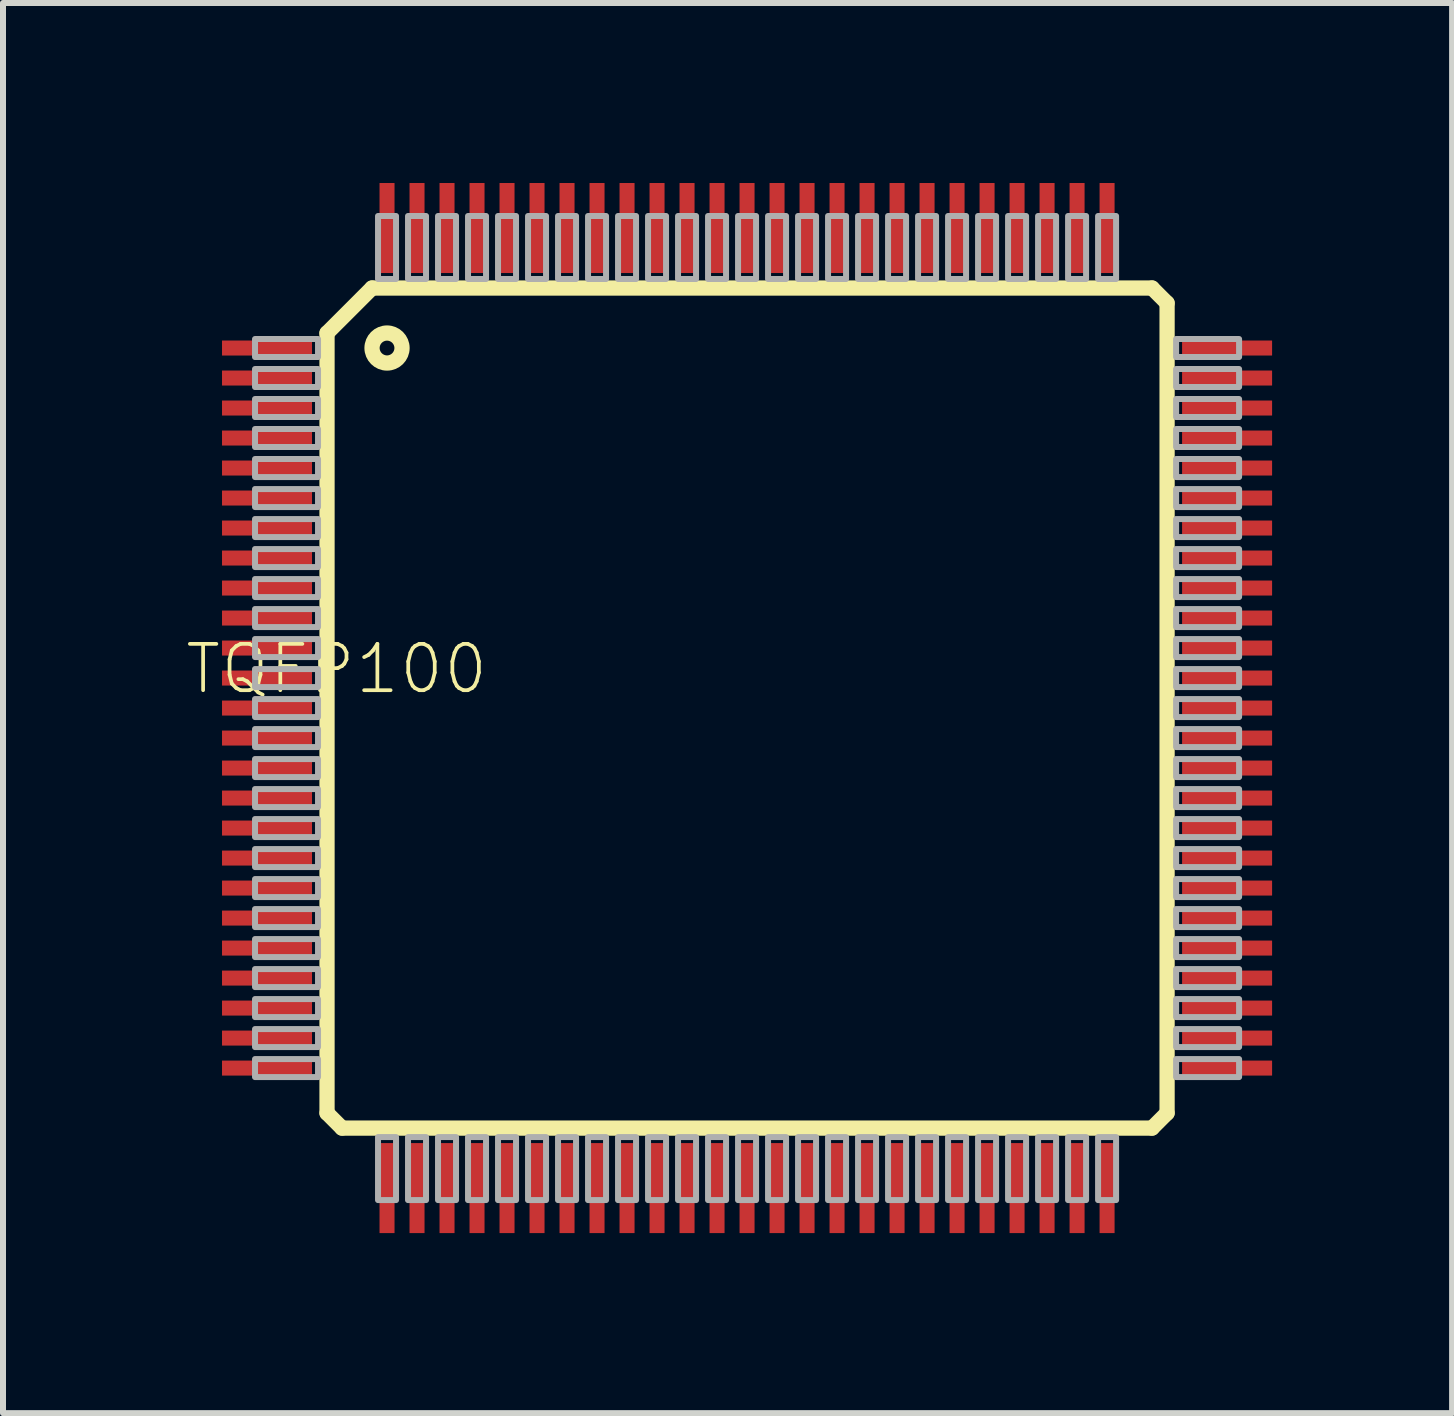
<source format=kicad_pcb>
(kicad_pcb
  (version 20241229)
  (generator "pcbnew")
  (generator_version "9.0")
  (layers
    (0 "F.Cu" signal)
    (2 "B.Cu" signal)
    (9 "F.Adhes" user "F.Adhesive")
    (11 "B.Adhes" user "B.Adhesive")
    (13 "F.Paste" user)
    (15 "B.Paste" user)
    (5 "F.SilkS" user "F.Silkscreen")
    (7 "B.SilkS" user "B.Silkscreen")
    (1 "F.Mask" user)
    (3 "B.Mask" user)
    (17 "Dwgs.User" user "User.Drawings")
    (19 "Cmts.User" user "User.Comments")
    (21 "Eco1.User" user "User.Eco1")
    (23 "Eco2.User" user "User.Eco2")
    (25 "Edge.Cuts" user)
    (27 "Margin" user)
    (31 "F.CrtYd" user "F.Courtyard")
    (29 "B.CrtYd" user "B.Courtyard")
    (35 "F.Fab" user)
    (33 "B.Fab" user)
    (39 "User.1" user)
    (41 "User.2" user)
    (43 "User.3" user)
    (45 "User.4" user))
  (footprint "TQFP100"
    (layer "F.Cu")
    (at 9.4 8.75)
    (property "Reference" "TQFP100" (at -9.4 -0.2 180) (layer "F.SilkS") (effects (font (size 0.772 0.772) (thickness 0.062)) (justify left bottom)))
    (attr through_hole)
    (fp_line (start -7 -6.25) (end -6.25 -7) (stroke (width 0.254) (type solid)) (layer "F.SilkS"))
    (fp_line (start -7 6.75) (end -7 -6.25) (stroke (width 0.254) (type solid)) (layer "F.SilkS"))
    (fp_line (start -6.75 7) (end -7 6.75) (stroke (width 0.254) (type solid)) (layer "F.SilkS"))
    (fp_line (start -6.25 -7) (end 6.75 -7) (stroke (width 0.254) (type solid)) (layer "F.SilkS"))
    (fp_line (start 6.75 -7) (end 7 -6.75) (stroke (width 0.254) (type solid)) (layer "F.SilkS"))
    (fp_line (start 6.75 7) (end -6.75 7) (stroke (width 0.254) (type solid)) (layer "F.SilkS"))
    (fp_line (start 7 -6.75) (end 7 6.75) (stroke (width 0.254) (type solid)) (layer "F.SilkS"))
    (fp_line (start 7 6.75) (end 6.75 7) (stroke (width 0.254) (type solid)) (layer "F.SilkS"))
    (fp_circle (center -6 -6) (end -5.75 -6) (stroke (width 0.254) (type solid)) (fill no) (layer "F.SilkS"))
    (fp_poly (pts (xy -8.2 -5.85) (xy -7.15 -5.85) (xy -7.15 -6.15) (xy -8.2 -6.15)) (stroke (width 0.1) (type solid)) (fill no) (layer "F.Fab"))
    (fp_poly (pts (xy -8.2 -5.35) (xy -7.15 -5.35) (xy -7.15 -5.65) (xy -8.2 -5.65)) (stroke (width 0.1) (type solid)) (fill no) (layer "F.Fab"))
    (fp_poly (pts (xy -8.2 -4.85) (xy -7.15 -4.85) (xy -7.15 -5.15) (xy -8.2 -5.15)) (stroke (width 0.1) (type solid)) (fill no) (layer "F.Fab"))
    (fp_poly (pts (xy -8.2 -4.35) (xy -7.15 -4.35) (xy -7.15 -4.65) (xy -8.2 -4.65)) (stroke (width 0.1) (type solid)) (fill no) (layer "F.Fab"))
    (fp_poly (pts (xy -8.2 -3.85) (xy -7.15 -3.85) (xy -7.15 -4.15) (xy -8.2 -4.15)) (stroke (width 0.1) (type solid)) (fill no) (layer "F.Fab"))
    (fp_poly (pts (xy -8.2 -3.35) (xy -7.15 -3.35) (xy -7.15 -3.65) (xy -8.2 -3.65)) (stroke (width 0.1) (type solid)) (fill no) (layer "F.Fab"))
    (fp_poly (pts (xy -8.2 -2.85) (xy -7.15 -2.85) (xy -7.15 -3.15) (xy -8.2 -3.15)) (stroke (width 0.1) (type solid)) (fill no) (layer "F.Fab"))
    (fp_poly (pts (xy -8.2 -2.35) (xy -7.15 -2.35) (xy -7.15 -2.65) (xy -8.2 -2.65)) (stroke (width 0.1) (type solid)) (fill no) (layer "F.Fab"))
    (fp_poly (pts (xy -8.2 -1.85) (xy -7.15 -1.85) (xy -7.15 -2.15) (xy -8.2 -2.15)) (stroke (width 0.1) (type solid)) (fill no) (layer "F.Fab"))
    (fp_poly (pts (xy -8.2 -1.35) (xy -7.15 -1.35) (xy -7.15 -1.65) (xy -8.2 -1.65)) (stroke (width 0.1) (type solid)) (fill no) (layer "F.Fab"))
    (fp_poly (pts (xy -8.2 -0.85) (xy -7.15 -0.85) (xy -7.15 -1.15) (xy -8.2 -1.15)) (stroke (width 0.1) (type solid)) (fill no) (layer "F.Fab"))
    (fp_poly (pts (xy -8.2 -0.35) (xy -7.15 -0.35) (xy -7.15 -0.65) (xy -8.2 -0.65)) (stroke (width 0.1) (type solid)) (fill no) (layer "F.Fab"))
    (fp_poly (pts (xy -8.2 0.15) (xy -7.15 0.15) (xy -7.15 -0.15) (xy -8.2 -0.15)) (stroke (width 0.1) (type solid)) (fill no) (layer "F.Fab"))
    (fp_poly (pts (xy -8.2 0.65) (xy -7.15 0.65) (xy -7.15 0.35) (xy -8.2 0.35)) (stroke (width 0.1) (type solid)) (fill no) (layer "F.Fab"))
    (fp_poly (pts (xy -8.2 1.15) (xy -7.15 1.15) (xy -7.15 0.85) (xy -8.2 0.85)) (stroke (width 0.1) (type solid)) (fill no) (layer "F.Fab"))
    (fp_poly (pts (xy -8.2 1.65) (xy -7.15 1.65) (xy -7.15 1.35) (xy -8.2 1.35)) (stroke (width 0.1) (type solid)) (fill no) (layer "F.Fab"))
    (fp_poly (pts (xy -8.2 2.15) (xy -7.15 2.15) (xy -7.15 1.85) (xy -8.2 1.85)) (stroke (width 0.1) (type solid)) (fill no) (layer "F.Fab"))
    (fp_poly (pts (xy -8.2 2.65) (xy -7.15 2.65) (xy -7.15 2.35) (xy -8.2 2.35)) (stroke (width 0.1) (type solid)) (fill no) (layer "F.Fab"))
    (fp_poly (pts (xy -8.2 3.15) (xy -7.15 3.15) (xy -7.15 2.85) (xy -8.2 2.85)) (stroke (width 0.1) (type solid)) (fill no) (layer "F.Fab"))
    (fp_poly (pts (xy -8.2 3.65) (xy -7.15 3.65) (xy -7.15 3.35) (xy -8.2 3.35)) (stroke (width 0.1) (type solid)) (fill no) (layer "F.Fab"))
    (fp_poly (pts (xy -8.2 4.15) (xy -7.15 4.15) (xy -7.15 3.85) (xy -8.2 3.85)) (stroke (width 0.1) (type solid)) (fill no) (layer "F.Fab"))
    (fp_poly (pts (xy -8.2 4.65) (xy -7.15 4.65) (xy -7.15 4.35) (xy -8.2 4.35)) (stroke (width 0.1) (type solid)) (fill no) (layer "F.Fab"))
    (fp_poly (pts (xy -8.2 5.15) (xy -7.15 5.15) (xy -7.15 4.85) (xy -8.2 4.85)) (stroke (width 0.1) (type solid)) (fill no) (layer "F.Fab"))
    (fp_poly (pts (xy -8.2 5.65) (xy -7.15 5.65) (xy -7.15 5.35) (xy -8.2 5.35)) (stroke (width 0.1) (type solid)) (fill no) (layer "F.Fab"))
    (fp_poly (pts (xy -8.2 6.15) (xy -7.15 6.15) (xy -7.15 5.85) (xy -8.2 5.85)) (stroke (width 0.1) (type solid)) (fill no) (layer "F.Fab"))
    (fp_poly (pts (xy -6.15 -7.15) (xy -5.85 -7.15) (xy -5.85 -8.2) (xy -6.15 -8.2)) (stroke (width 0.1) (type solid)) (fill no) (layer "F.Fab"))
    (fp_poly (pts (xy -6.15 8.2) (xy -5.85 8.2) (xy -5.85 7.15) (xy -6.15 7.15)) (stroke (width 0.1) (type solid)) (fill no) (layer "F.Fab"))
    (fp_poly (pts (xy -5.65 -7.15) (xy -5.35 -7.15) (xy -5.35 -8.2) (xy -5.65 -8.2)) (stroke (width 0.1) (type solid)) (fill no) (layer "F.Fab"))
    (fp_poly (pts (xy -5.65 8.2) (xy -5.35 8.2) (xy -5.35 7.15) (xy -5.65 7.15)) (stroke (width 0.1) (type solid)) (fill no) (layer "F.Fab"))
    (fp_poly (pts (xy -5.15 -7.15) (xy -4.85 -7.15) (xy -4.85 -8.2) (xy -5.15 -8.2)) (stroke (width 0.1) (type solid)) (fill no) (layer "F.Fab"))
    (fp_poly (pts (xy -5.15 8.2) (xy -4.85 8.2) (xy -4.85 7.15) (xy -5.15 7.15)) (stroke (width 0.1) (type solid)) (fill no) (layer "F.Fab"))
    (fp_poly (pts (xy -4.65 -7.15) (xy -4.35 -7.15) (xy -4.35 -8.2) (xy -4.65 -8.2)) (stroke (width 0.1) (type solid)) (fill no) (layer "F.Fab"))
    (fp_poly (pts (xy -4.65 8.2) (xy -4.35 8.2) (xy -4.35 7.15) (xy -4.65 7.15)) (stroke (width 0.1) (type solid)) (fill no) (layer "F.Fab"))
    (fp_poly (pts (xy -4.15 -7.15) (xy -3.85 -7.15) (xy -3.85 -8.2) (xy -4.15 -8.2)) (stroke (width 0.1) (type solid)) (fill no) (layer "F.Fab"))
    (fp_poly (pts (xy -4.15 8.2) (xy -3.85 8.2) (xy -3.85 7.15) (xy -4.15 7.15)) (stroke (width 0.1) (type solid)) (fill no) (layer "F.Fab"))
    (fp_poly (pts (xy -3.65 -7.15) (xy -3.35 -7.15) (xy -3.35 -8.2) (xy -3.65 -8.2)) (stroke (width 0.1) (type solid)) (fill no) (layer "F.Fab"))
    (fp_poly (pts (xy -3.65 8.2) (xy -3.35 8.2) (xy -3.35 7.15) (xy -3.65 7.15)) (stroke (width 0.1) (type solid)) (fill no) (layer "F.Fab"))
    (fp_poly (pts (xy -3.15 -7.15) (xy -2.85 -7.15) (xy -2.85 -8.2) (xy -3.15 -8.2)) (stroke (width 0.1) (type solid)) (fill no) (layer "F.Fab"))
    (fp_poly (pts (xy -3.15 8.2) (xy -2.85 8.2) (xy -2.85 7.15) (xy -3.15 7.15)) (stroke (width 0.1) (type solid)) (fill no) (layer "F.Fab"))
    (fp_poly (pts (xy -2.65 -7.15) (xy -2.35 -7.15) (xy -2.35 -8.2) (xy -2.65 -8.2)) (stroke (width 0.1) (type solid)) (fill no) (layer "F.Fab"))
    (fp_poly (pts (xy -2.65 8.2) (xy -2.35 8.2) (xy -2.35 7.15) (xy -2.65 7.15)) (stroke (width 0.1) (type solid)) (fill no) (layer "F.Fab"))
    (fp_poly (pts (xy -2.15 -7.15) (xy -1.85 -7.15) (xy -1.85 -8.2) (xy -2.15 -8.2)) (stroke (width 0.1) (type solid)) (fill no) (layer "F.Fab"))
    (fp_poly (pts (xy -2.15 8.2) (xy -1.85 8.2) (xy -1.85 7.15) (xy -2.15 7.15)) (stroke (width 0.1) (type solid)) (fill no) (layer "F.Fab"))
    (fp_poly (pts (xy -1.65 -7.15) (xy -1.35 -7.15) (xy -1.35 -8.2) (xy -1.65 -8.2)) (stroke (width 0.1) (type solid)) (fill no) (layer "F.Fab"))
    (fp_poly (pts (xy -1.65 8.2) (xy -1.35 8.2) (xy -1.35 7.15) (xy -1.65 7.15)) (stroke (width 0.1) (type solid)) (fill no) (layer "F.Fab"))
    (fp_poly (pts (xy -1.15 -7.15) (xy -0.85 -7.15) (xy -0.85 -8.2) (xy -1.15 -8.2)) (stroke (width 0.1) (type solid)) (fill no) (layer "F.Fab"))
    (fp_poly (pts (xy -1.15 8.2) (xy -0.85 8.2) (xy -0.85 7.15) (xy -1.15 7.15)) (stroke (width 0.1) (type solid)) (fill no) (layer "F.Fab"))
    (fp_poly (pts (xy -0.65 -7.15) (xy -0.35 -7.15) (xy -0.35 -8.2) (xy -0.65 -8.2)) (stroke (width 0.1) (type solid)) (fill no) (layer "F.Fab"))
    (fp_poly (pts (xy -0.65 8.2) (xy -0.35 8.2) (xy -0.35 7.15) (xy -0.65 7.15)) (stroke (width 0.1) (type solid)) (fill no) (layer "F.Fab"))
    (fp_poly (pts (xy -0.15 -7.15) (xy 0.15 -7.15) (xy 0.15 -8.2) (xy -0.15 -8.2)) (stroke (width 0.1) (type solid)) (fill no) (layer "F.Fab"))
    (fp_poly (pts (xy -0.15 8.2) (xy 0.15 8.2) (xy 0.15 7.15) (xy -0.15 7.15)) (stroke (width 0.1) (type solid)) (fill no) (layer "F.Fab"))
    (fp_poly (pts (xy 0.35 -7.15) (xy 0.65 -7.15) (xy 0.65 -8.2) (xy 0.35 -8.2)) (stroke (width 0.1) (type solid)) (fill no) (layer "F.Fab"))
    (fp_poly (pts (xy 0.35 8.2) (xy 0.65 8.2) (xy 0.65 7.15) (xy 0.35 7.15)) (stroke (width 0.1) (type solid)) (fill no) (layer "F.Fab"))
    (fp_poly (pts (xy 0.85 -7.15) (xy 1.15 -7.15) (xy 1.15 -8.2) (xy 0.85 -8.2)) (stroke (width 0.1) (type solid)) (fill no) (layer "F.Fab"))
    (fp_poly (pts (xy 0.85 8.2) (xy 1.15 8.2) (xy 1.15 7.15) (xy 0.85 7.15)) (stroke (width 0.1) (type solid)) (fill no) (layer "F.Fab"))
    (fp_poly (pts (xy 1.35 -7.15) (xy 1.65 -7.15) (xy 1.65 -8.2) (xy 1.35 -8.2)) (stroke (width 0.1) (type solid)) (fill no) (layer "F.Fab"))
    (fp_poly (pts (xy 1.35 8.2) (xy 1.65 8.2) (xy 1.65 7.15) (xy 1.35 7.15)) (stroke (width 0.1) (type solid)) (fill no) (layer "F.Fab"))
    (fp_poly (pts (xy 1.85 -7.15) (xy 2.15 -7.15) (xy 2.15 -8.2) (xy 1.85 -8.2)) (stroke (width 0.1) (type solid)) (fill no) (layer "F.Fab"))
    (fp_poly (pts (xy 1.85 8.2) (xy 2.15 8.2) (xy 2.15 7.15) (xy 1.85 7.15)) (stroke (width 0.1) (type solid)) (fill no) (layer "F.Fab"))
    (fp_poly (pts (xy 2.35 -7.15) (xy 2.65 -7.15) (xy 2.65 -8.2) (xy 2.35 -8.2)) (stroke (width 0.1) (type solid)) (fill no) (layer "F.Fab"))
    (fp_poly (pts (xy 2.35 8.2) (xy 2.65 8.2) (xy 2.65 7.15) (xy 2.35 7.15)) (stroke (width 0.1) (type solid)) (fill no) (layer "F.Fab"))
    (fp_poly (pts (xy 2.85 -7.15) (xy 3.15 -7.15) (xy 3.15 -8.2) (xy 2.85 -8.2)) (stroke (width 0.1) (type solid)) (fill no) (layer "F.Fab"))
    (fp_poly (pts (xy 2.85 8.2) (xy 3.15 8.2) (xy 3.15 7.15) (xy 2.85 7.15)) (stroke (width 0.1) (type solid)) (fill no) (layer "F.Fab"))
    (fp_poly (pts (xy 3.35 -7.15) (xy 3.65 -7.15) (xy 3.65 -8.2) (xy 3.35 -8.2)) (stroke (width 0.1) (type solid)) (fill no) (layer "F.Fab"))
    (fp_poly (pts (xy 3.35 8.2) (xy 3.65 8.2) (xy 3.65 7.15) (xy 3.35 7.15)) (stroke (width 0.1) (type solid)) (fill no) (layer "F.Fab"))
    (fp_poly (pts (xy 3.85 -7.15) (xy 4.15 -7.15) (xy 4.15 -8.2) (xy 3.85 -8.2)) (stroke (width 0.1) (type solid)) (fill no) (layer "F.Fab"))
    (fp_poly (pts (xy 3.85 8.2) (xy 4.15 8.2) (xy 4.15 7.15) (xy 3.85 7.15)) (stroke (width 0.1) (type solid)) (fill no) (layer "F.Fab"))
    (fp_poly (pts (xy 4.35 -7.15) (xy 4.65 -7.15) (xy 4.65 -8.2) (xy 4.35 -8.2)) (stroke (width 0.1) (type solid)) (fill no) (layer "F.Fab"))
    (fp_poly (pts (xy 4.35 8.2) (xy 4.65 8.2) (xy 4.65 7.15) (xy 4.35 7.15)) (stroke (width 0.1) (type solid)) (fill no) (layer "F.Fab"))
    (fp_poly (pts (xy 4.85 -7.15) (xy 5.15 -7.15) (xy 5.15 -8.2) (xy 4.85 -8.2)) (stroke (width 0.1) (type solid)) (fill no) (layer "F.Fab"))
    (fp_poly (pts (xy 4.85 8.2) (xy 5.15 8.2) (xy 5.15 7.15) (xy 4.85 7.15)) (stroke (width 0.1) (type solid)) (fill no) (layer "F.Fab"))
    (fp_poly (pts (xy 5.35 -7.15) (xy 5.65 -7.15) (xy 5.65 -8.2) (xy 5.35 -8.2)) (stroke (width 0.1) (type solid)) (fill no) (layer "F.Fab"))
    (fp_poly (pts (xy 5.35 8.2) (xy 5.65 8.2) (xy 5.65 7.15) (xy 5.35 7.15)) (stroke (width 0.1) (type solid)) (fill no) (layer "F.Fab"))
    (fp_poly (pts (xy 5.85 -7.15) (xy 6.15 -7.15) (xy 6.15 -8.2) (xy 5.85 -8.2)) (stroke (width 0.1) (type solid)) (fill no) (layer "F.Fab"))
    (fp_poly (pts (xy 5.85 8.2) (xy 6.15 8.2) (xy 6.15 7.15) (xy 5.85 7.15)) (stroke (width 0.1) (type solid)) (fill no) (layer "F.Fab"))
    (fp_poly (pts (xy 7.15 -5.85) (xy 8.2 -5.85) (xy 8.2 -6.15) (xy 7.15 -6.15)) (stroke (width 0.1) (type solid)) (fill no) (layer "F.Fab"))
    (fp_poly (pts (xy 7.15 -5.35) (xy 8.2 -5.35) (xy 8.2 -5.65) (xy 7.15 -5.65)) (stroke (width 0.1) (type solid)) (fill no) (layer "F.Fab"))
    (fp_poly (pts (xy 7.15 -4.85) (xy 8.2 -4.85) (xy 8.2 -5.15) (xy 7.15 -5.15)) (stroke (width 0.1) (type solid)) (fill no) (layer "F.Fab"))
    (fp_poly (pts (xy 7.15 -4.35) (xy 8.2 -4.35) (xy 8.2 -4.65) (xy 7.15 -4.65)) (stroke (width 0.1) (type solid)) (fill no) (layer "F.Fab"))
    (fp_poly (pts (xy 7.15 -3.85) (xy 8.2 -3.85) (xy 8.2 -4.15) (xy 7.15 -4.15)) (stroke (width 0.1) (type solid)) (fill no) (layer "F.Fab"))
    (fp_poly (pts (xy 7.15 -3.35) (xy 8.2 -3.35) (xy 8.2 -3.65) (xy 7.15 -3.65)) (stroke (width 0.1) (type solid)) (fill no) (layer "F.Fab"))
    (fp_poly (pts (xy 7.15 -2.85) (xy 8.2 -2.85) (xy 8.2 -3.15) (xy 7.15 -3.15)) (stroke (width 0.1) (type solid)) (fill no) (layer "F.Fab"))
    (fp_poly (pts (xy 7.15 -2.35) (xy 8.2 -2.35) (xy 8.2 -2.65) (xy 7.15 -2.65)) (stroke (width 0.1) (type solid)) (fill no) (layer "F.Fab"))
    (fp_poly (pts (xy 7.15 -1.85) (xy 8.2 -1.85) (xy 8.2 -2.15) (xy 7.15 -2.15)) (stroke (width 0.1) (type solid)) (fill no) (layer "F.Fab"))
    (fp_poly (pts (xy 7.15 -1.35) (xy 8.2 -1.35) (xy 8.2 -1.65) (xy 7.15 -1.65)) (stroke (width 0.1) (type solid)) (fill no) (layer "F.Fab"))
    (fp_poly (pts (xy 7.15 -0.85) (xy 8.2 -0.85) (xy 8.2 -1.15) (xy 7.15 -1.15)) (stroke (width 0.1) (type solid)) (fill no) (layer "F.Fab"))
    (fp_poly (pts (xy 7.15 -0.35) (xy 8.2 -0.35) (xy 8.2 -0.65) (xy 7.15 -0.65)) (stroke (width 0.1) (type solid)) (fill no) (layer "F.Fab"))
    (fp_poly (pts (xy 7.15 0.15) (xy 8.2 0.15) (xy 8.2 -0.15) (xy 7.15 -0.15)) (stroke (width 0.1) (type solid)) (fill no) (layer "F.Fab"))
    (fp_poly (pts (xy 7.15 0.65) (xy 8.2 0.65) (xy 8.2 0.35) (xy 7.15 0.35)) (stroke (width 0.1) (type solid)) (fill no) (layer "F.Fab"))
    (fp_poly (pts (xy 7.15 1.15) (xy 8.2 1.15) (xy 8.2 0.85) (xy 7.15 0.85)) (stroke (width 0.1) (type solid)) (fill no) (layer "F.Fab"))
    (fp_poly (pts (xy 7.15 1.65) (xy 8.2 1.65) (xy 8.2 1.35) (xy 7.15 1.35)) (stroke (width 0.1) (type solid)) (fill no) (layer "F.Fab"))
    (fp_poly (pts (xy 7.15 2.15) (xy 8.2 2.15) (xy 8.2 1.85) (xy 7.15 1.85)) (stroke (width 0.1) (type solid)) (fill no) (layer "F.Fab"))
    (fp_poly (pts (xy 7.15 2.65) (xy 8.2 2.65) (xy 8.2 2.35) (xy 7.15 2.35)) (stroke (width 0.1) (type solid)) (fill no) (layer "F.Fab"))
    (fp_poly (pts (xy 7.15 3.15) (xy 8.2 3.15) (xy 8.2 2.85) (xy 7.15 2.85)) (stroke (width 0.1) (type solid)) (fill no) (layer "F.Fab"))
    (fp_poly (pts (xy 7.15 3.65) (xy 8.2 3.65) (xy 8.2 3.35) (xy 7.15 3.35)) (stroke (width 0.1) (type solid)) (fill no) (layer "F.Fab"))
    (fp_poly (pts (xy 7.15 4.15) (xy 8.2 4.15) (xy 8.2 3.85) (xy 7.15 3.85)) (stroke (width 0.1) (type solid)) (fill no) (layer "F.Fab"))
    (fp_poly (pts (xy 7.15 4.65) (xy 8.2 4.65) (xy 8.2 4.35) (xy 7.15 4.35)) (stroke (width 0.1) (type solid)) (fill no) (layer "F.Fab"))
    (fp_poly (pts (xy 7.15 5.15) (xy 8.2 5.15) (xy 8.2 4.85) (xy 7.15 4.85)) (stroke (width 0.1) (type solid)) (fill no) (layer "F.Fab"))
    (fp_poly (pts (xy 7.15 5.65) (xy 8.2 5.65) (xy 8.2 5.35) (xy 7.15 5.35)) (stroke (width 0.1) (type solid)) (fill no) (layer "F.Fab"))
    (fp_poly (pts (xy 7.15 6.15) (xy 8.2 6.15) (xy 8.2 5.85) (xy 7.15 5.85)) (stroke (width 0.1) (type solid)) (fill no) (layer "F.Fab"))
    (pad "1" smd rect (at -8 -6) (size 1.5 0.25) (layers "F.Cu" "F.Mask" "F.Paste"))
    (pad "2" smd rect (at -8 -5.5) (size 1.5 0.25) (layers "F.Cu" "F.Mask" "F.Paste"))
    (pad "3" smd rect (at -8 -5) (size 1.5 0.25) (layers "F.Cu" "F.Mask" "F.Paste"))
    (pad "4" smd rect (at -8 -4.5) (size 1.5 0.25) (layers "F.Cu" "F.Mask" "F.Paste"))
    (pad "5" smd rect (at -8 -4) (size 1.5 0.25) (layers "F.Cu" "F.Mask" "F.Paste"))
    (pad "6" smd rect (at -8 -3.5) (size 1.5 0.25) (layers "F.Cu" "F.Mask" "F.Paste"))
    (pad "7" smd rect (at -8 -3) (size 1.5 0.25) (layers "F.Cu" "F.Mask" "F.Paste"))
    (pad "8" smd rect (at -8 -2.5) (size 1.5 0.25) (layers "F.Cu" "F.Mask" "F.Paste"))
    (pad "9" smd rect (at -8 -2) (size 1.5 0.25) (layers "F.Cu" "F.Mask" "F.Paste"))
    (pad "10" smd rect (at -8 -1.5) (size 1.5 0.25) (layers "F.Cu" "F.Mask" "F.Paste"))
    (pad "11" smd rect (at -8 -1) (size 1.5 0.25) (layers "F.Cu" "F.Mask" "F.Paste"))
    (pad "12" smd rect (at -8 -0.5) (size 1.5 0.25) (layers "F.Cu" "F.Mask" "F.Paste"))
    (pad "13" smd rect (at -8 0) (size 1.5 0.25) (layers "F.Cu" "F.Mask" "F.Paste"))
    (pad "14" smd rect (at -8 0.5) (size 1.5 0.25) (layers "F.Cu" "F.Mask" "F.Paste"))
    (pad "15" smd rect (at -8 1) (size 1.5 0.25) (layers "F.Cu" "F.Mask" "F.Paste"))
    (pad "16" smd rect (at -8 1.5) (size 1.5 0.25) (layers "F.Cu" "F.Mask" "F.Paste"))
    (pad "17" smd rect (at -8 2) (size 1.5 0.25) (layers "F.Cu" "F.Mask" "F.Paste"))
    (pad "18" smd rect (at -8 2.5) (size 1.5 0.25) (layers "F.Cu" "F.Mask" "F.Paste"))
    (pad "19" smd rect (at -8 3) (size 1.5 0.25) (layers "F.Cu" "F.Mask" "F.Paste"))
    (pad "20" smd rect (at -8 3.5) (size 1.5 0.25) (layers "F.Cu" "F.Mask" "F.Paste"))
    (pad "21" smd rect (at -8 4) (size 1.5 0.25) (layers "F.Cu" "F.Mask" "F.Paste"))
    (pad "22" smd rect (at -8 4.5) (size 1.5 0.25) (layers "F.Cu" "F.Mask" "F.Paste"))
    (pad "23" smd rect (at -8 5) (size 1.5 0.25) (layers "F.Cu" "F.Mask" "F.Paste"))
    (pad "24" smd rect (at -8 5.5) (size 1.5 0.25) (layers "F.Cu" "F.Mask" "F.Paste"))
    (pad "25" smd rect (at -8 6) (size 1.5 0.25) (layers "F.Cu" "F.Mask" "F.Paste"))
    (pad "26" smd rect (at -6 8) (size 0.25 1.5) (layers "F.Cu" "F.Mask" "F.Paste"))
    (pad "27" smd rect (at -5.5 8) (size 0.25 1.5) (layers "F.Cu" "F.Mask" "F.Paste"))
    (pad "28" smd rect (at -5 8) (size 0.25 1.5) (layers "F.Cu" "F.Mask" "F.Paste"))
    (pad "29" smd rect (at -4.5 8) (size 0.25 1.5) (layers "F.Cu" "F.Mask" "F.Paste"))
    (pad "30" smd rect (at -4 8) (size 0.25 1.5) (layers "F.Cu" "F.Mask" "F.Paste"))
    (pad "31" smd rect (at -3.5 8) (size 0.25 1.5) (layers "F.Cu" "F.Mask" "F.Paste"))
    (pad "32" smd rect (at -3 8) (size 0.25 1.5) (layers "F.Cu" "F.Mask" "F.Paste"))
    (pad "33" smd rect (at -2.5 8) (size 0.25 1.5) (layers "F.Cu" "F.Mask" "F.Paste"))
    (pad "34" smd rect (at -2 8) (size 0.25 1.5) (layers "F.Cu" "F.Mask" "F.Paste"))
    (pad "35" smd rect (at -1.5 8) (size 0.25 1.5) (layers "F.Cu" "F.Mask" "F.Paste"))
    (pad "36" smd rect (at -1 8) (size 0.25 1.5) (layers "F.Cu" "F.Mask" "F.Paste"))
    (pad "37" smd rect (at -0.5 8) (size 0.25 1.5) (layers "F.Cu" "F.Mask" "F.Paste"))
    (pad "38" smd rect (at 0 8) (size 0.25 1.5) (layers "F.Cu" "F.Mask" "F.Paste"))
    (pad "39" smd rect (at 0.5 8) (size 0.25 1.5) (layers "F.Cu" "F.Mask" "F.Paste"))
    (pad "40" smd rect (at 1 8) (size 0.25 1.5) (layers "F.Cu" "F.Mask" "F.Paste"))
    (pad "41" smd rect (at 1.5 8) (size 0.25 1.5) (layers "F.Cu" "F.Mask" "F.Paste"))
    (pad "42" smd rect (at 2 8) (size 0.25 1.5) (layers "F.Cu" "F.Mask" "F.Paste"))
    (pad "43" smd rect (at 2.5 8) (size 0.25 1.5) (layers "F.Cu" "F.Mask" "F.Paste"))
    (pad "44" smd rect (at 3 8) (size 0.25 1.5) (layers "F.Cu" "F.Mask" "F.Paste"))
    (pad "45" smd rect (at 3.5 8) (size 0.25 1.5) (layers "F.Cu" "F.Mask" "F.Paste"))
    (pad "46" smd rect (at 4 8) (size 0.25 1.5) (layers "F.Cu" "F.Mask" "F.Paste"))
    (pad "47" smd rect (at 4.5 8) (size 0.25 1.5) (layers "F.Cu" "F.Mask" "F.Paste"))
    (pad "48" smd rect (at 5 8) (size 0.25 1.5) (layers "F.Cu" "F.Mask" "F.Paste"))
    (pad "49" smd rect (at 5.5 8) (size 0.25 1.5) (layers "F.Cu" "F.Mask" "F.Paste"))
    (pad "50" smd rect (at 6 8) (size 0.25 1.5) (layers "F.Cu" "F.Mask" "F.Paste"))
    (pad "51" smd rect (at 8 6) (size 1.5 0.25) (layers "F.Cu" "F.Mask" "F.Paste"))
    (pad "52" smd rect (at 8 5.5) (size 1.5 0.25) (layers "F.Cu" "F.Mask" "F.Paste"))
    (pad "53" smd rect (at 8 5) (size 1.5 0.25) (layers "F.Cu" "F.Mask" "F.Paste"))
    (pad "54" smd rect (at 8 4.5) (size 1.5 0.25) (layers "F.Cu" "F.Mask" "F.Paste"))
    (pad "55" smd rect (at 8 4) (size 1.5 0.25) (layers "F.Cu" "F.Mask" "F.Paste"))
    (pad "56" smd rect (at 8 3.5) (size 1.5 0.25) (layers "F.Cu" "F.Mask" "F.Paste"))
    (pad "57" smd rect (at 8 3) (size 1.5 0.25) (layers "F.Cu" "F.Mask" "F.Paste"))
    (pad "58" smd rect (at 8 2.5) (size 1.5 0.25) (layers "F.Cu" "F.Mask" "F.Paste"))
    (pad "59" smd rect (at 8 2) (size 1.5 0.25) (layers "F.Cu" "F.Mask" "F.Paste"))
    (pad "60" smd rect (at 8 1.5) (size 1.5 0.25) (layers "F.Cu" "F.Mask" "F.Paste"))
    (pad "61" smd rect (at 8 1) (size 1.5 0.25) (layers "F.Cu" "F.Mask" "F.Paste"))
    (pad "62" smd rect (at 8 0.5) (size 1.5 0.25) (layers "F.Cu" "F.Mask" "F.Paste"))
    (pad "63" smd rect (at 8 0) (size 1.5 0.25) (layers "F.Cu" "F.Mask" "F.Paste"))
    (pad "64" smd rect (at 8 -0.5) (size 1.5 0.25) (layers "F.Cu" "F.Mask" "F.Paste"))
    (pad "65" smd rect (at 8 -1) (size 1.5 0.25) (layers "F.Cu" "F.Mask" "F.Paste"))
    (pad "66" smd rect (at 8 -1.5) (size 1.5 0.25) (layers "F.Cu" "F.Mask" "F.Paste"))
    (pad "67" smd rect (at 8 -2) (size 1.5 0.25) (layers "F.Cu" "F.Mask" "F.Paste"))
    (pad "68" smd rect (at 8 -2.5) (size 1.5 0.25) (layers "F.Cu" "F.Mask" "F.Paste"))
    (pad "69" smd rect (at 8 -3) (size 1.5 0.25) (layers "F.Cu" "F.Mask" "F.Paste"))
    (pad "70" smd rect (at 8 -3.5) (size 1.5 0.25) (layers "F.Cu" "F.Mask" "F.Paste"))
    (pad "71" smd rect (at 8 -4) (size 1.5 0.25) (layers "F.Cu" "F.Mask" "F.Paste"))
    (pad "72" smd rect (at 8 -4.5) (size 1.5 0.25) (layers "F.Cu" "F.Mask" "F.Paste"))
    (pad "73" smd rect (at 8 -5) (size 1.5 0.25) (layers "F.Cu" "F.Mask" "F.Paste"))
    (pad "74" smd rect (at 8 -5.5) (size 1.5 0.25) (layers "F.Cu" "F.Mask" "F.Paste"))
    (pad "75" smd rect (at 8 -6) (size 1.5 0.25) (layers "F.Cu" "F.Mask" "F.Paste"))
    (pad "76" smd rect (at 6 -8) (size 0.25 1.5) (layers "F.Cu" "F.Mask" "F.Paste"))
    (pad "77" smd rect (at 5.5 -8) (size 0.25 1.5) (layers "F.Cu" "F.Mask" "F.Paste"))
    (pad "78" smd rect (at 5 -8) (size 0.25 1.5) (layers "F.Cu" "F.Mask" "F.Paste"))
    (pad "79" smd rect (at 4.5 -8) (size 0.25 1.5) (layers "F.Cu" "F.Mask" "F.Paste"))
    (pad "80" smd rect (at 4 -8) (size 0.25 1.5) (layers "F.Cu" "F.Mask" "F.Paste"))
    (pad "81" smd rect (at 3.5 -8) (size 0.25 1.5) (layers "F.Cu" "F.Mask" "F.Paste"))
    (pad "82" smd rect (at 3 -8) (size 0.25 1.5) (layers "F.Cu" "F.Mask" "F.Paste"))
    (pad "83" smd rect (at 2.5 -8) (size 0.25 1.5) (layers "F.Cu" "F.Mask" "F.Paste"))
    (pad "84" smd rect (at 2 -8) (size 0.25 1.5) (layers "F.Cu" "F.Mask" "F.Paste"))
    (pad "85" smd rect (at 1.5 -8) (size 0.25 1.5) (layers "F.Cu" "F.Mask" "F.Paste"))
    (pad "86" smd rect (at 1 -8) (size 0.25 1.5) (layers "F.Cu" "F.Mask" "F.Paste"))
    (pad "87" smd rect (at 0.5 -8) (size 0.25 1.5) (layers "F.Cu" "F.Mask" "F.Paste"))
    (pad "88" smd rect (at 0 -8) (size 0.25 1.5) (layers "F.Cu" "F.Mask" "F.Paste"))
    (pad "89" smd rect (at -0.5 -8) (size 0.25 1.5) (layers "F.Cu" "F.Mask" "F.Paste"))
    (pad "90" smd rect (at -1 -8) (size 0.25 1.5) (layers "F.Cu" "F.Mask" "F.Paste"))
    (pad "91" smd rect (at -1.5 -8) (size 0.25 1.5) (layers "F.Cu" "F.Mask" "F.Paste"))
    (pad "92" smd rect (at -2 -8) (size 0.25 1.5) (layers "F.Cu" "F.Mask" "F.Paste"))
    (pad "93" smd rect (at -2.5 -8) (size 0.25 1.5) (layers "F.Cu" "F.Mask" "F.Paste"))
    (pad "94" smd rect (at -3 -8) (size 0.25 1.5) (layers "F.Cu" "F.Mask" "F.Paste"))
    (pad "95" smd rect (at -3.5 -8) (size 0.25 1.5) (layers "F.Cu" "F.Mask" "F.Paste"))
    (pad "96" smd rect (at -4 -8) (size 0.25 1.5) (layers "F.Cu" "F.Mask" "F.Paste"))
    (pad "97" smd rect (at -4.5 -8) (size 0.25 1.5) (layers "F.Cu" "F.Mask" "F.Paste"))
    (pad "98" smd rect (at -5 -8) (size 0.25 1.5) (layers "F.Cu" "F.Mask" "F.Paste"))
    (pad "99" smd rect (at -5.5 -8) (size 0.25 1.5) (layers "F.Cu" "F.Mask" "F.Paste"))
    (pad "100" smd rect (at -6 -8) (size 0.25 1.5) (layers "F.Cu" "F.Mask" "F.Paste")))
  (gr_rect
    (start -3 -3)
    (end 21.15 20.5)
    (stroke (width 0.1) (type default))
    (fill no)
    (layer "Edge.Cuts")))
</source>
